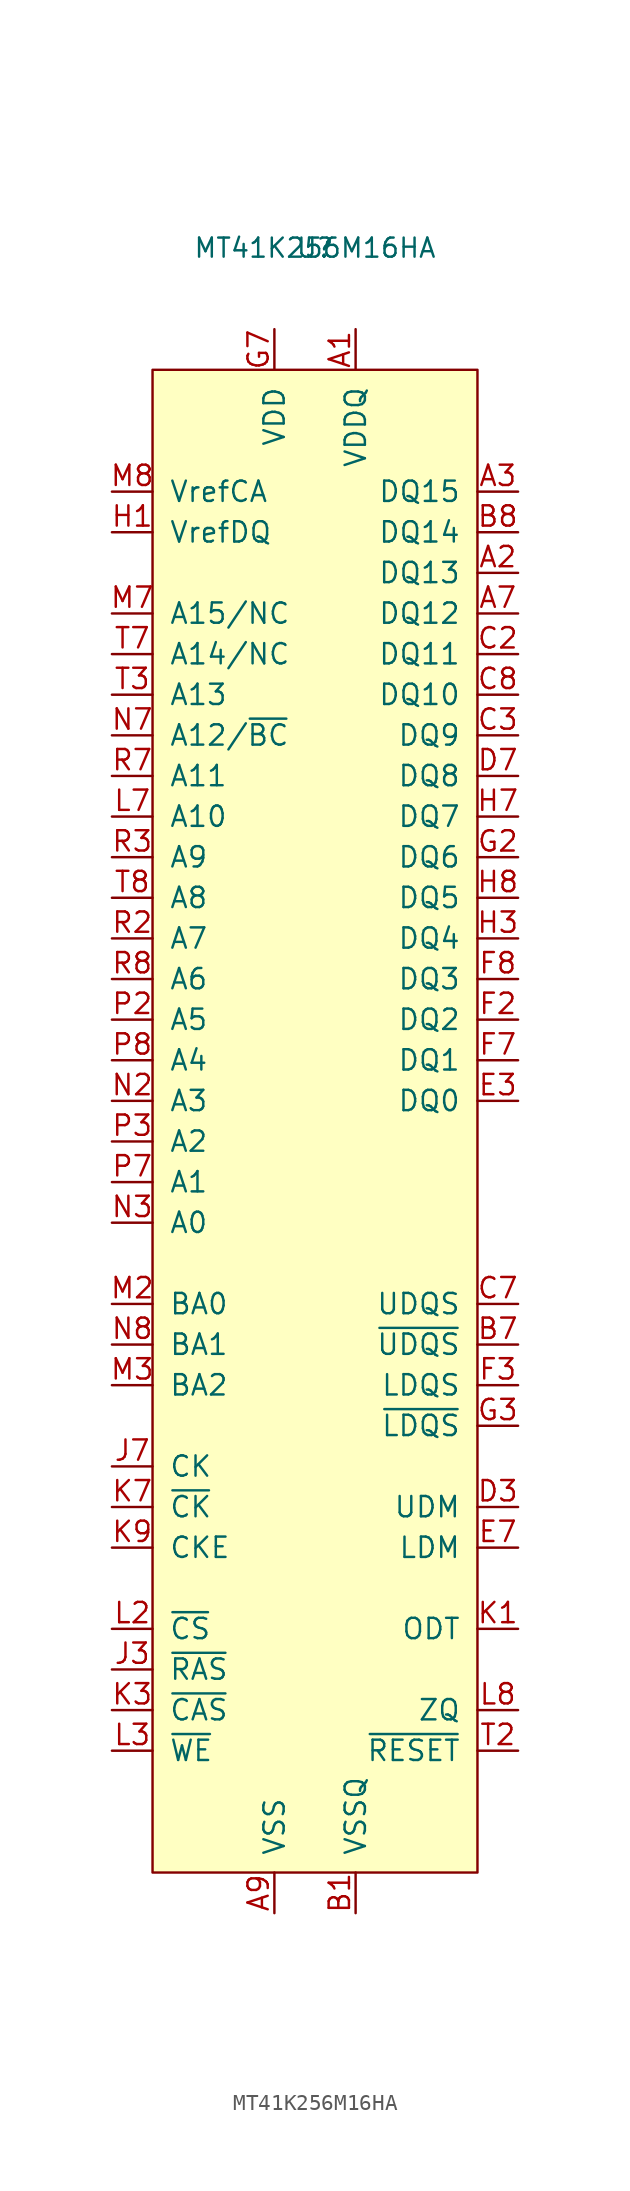
<source format=kicad_sym>
(kicad_symbol_lib
  (version 20220914)
  (generator kicad_symbol_editor)
  (symbol "MT41K256M16HA"
    (pin_names
      (offset 1.016))
    (property "Reference" "U"
      (at 0 5.08 0)
      (effects (font (size 1.194 1.194))))
    (property "Value" "MT41K256M16HA"
      (at 0 5.08 0)
      (effects (font (size 1.194 1.194))))
    (symbol "MT41K256M16HA_0_1"
      (rectangle (start -10.16 -2.54) (end 10.16 -96.52) (stroke (width 0) (type default)) (fill (type background))))
    (symbol "MT41K256M16HA_1_1"
      (pin power_in line (at 2.54 0 270) (length 2.54) (name "VDDQ" (effects (font (size 1.27 1.27)))) (number "A1" (effects (font (size 1.27 1.27)))))
      (pin bidirectional line (at 12.7 -15.24 180) (length 2.54) (name "DQ13" (effects (font (size 1.27 1.27)))) (number "A2" (effects (font (size 1.27 1.27)))))
      (pin bidirectional line (at 12.7 -10.16 180) (length 2.54) (name "DQ15" (effects (font (size 1.27 1.27)))) (number "A3" (effects (font (size 1.27 1.27)))))
      (pin bidirectional line (at 12.7 -17.78 180) (length 2.54) (name "DQ12" (effects (font (size 1.27 1.27)))) (number "A7" (effects (font (size 1.27 1.27)))))
      (pin power_in line (at 2.54 0 270) (length 2.54) hide (name "VDDQ" (effects (font (size 1.27 1.27)))) (number "A8" (effects (font (size 1.27 1.27)))))
      (pin power_in line (at -2.54 -99.06 90) (length 2.54) (name "VSS" (effects (font (size 1.27 1.27)))) (number "A9" (effects (font (size 1.27 1.27)))))
      (pin power_in line (at 2.54 -99.06 90) (length 2.54) (name "VSSQ" (effects (font (size 1.27 1.27)))) (number "B1" (effects (font (size 1.27 1.27)))))
      (pin power_in line (at -2.54 0 270) (length 2.54) hide (name "VDD" (effects (font (size 1.27 1.27)))) (number "B2" (effects (font (size 1.27 1.27)))))
      (pin power_in line (at -2.54 -99.06 90) (length 2.54) hide (name "VSS" (effects (font (size 1.27 1.27)))) (number "B3" (effects (font (size 1.27 1.27)))))
      (pin input line (at 12.7 -63.5 180) (length 2.54) (name "~{UDQS}" (effects (font (size 1.27 1.27)))) (number "B7" (effects (font (size 1.27 1.27)))))
      (pin bidirectional line (at 12.7 -12.7 180) (length 2.54) (name "DQ14" (effects (font (size 1.27 1.27)))) (number "B8" (effects (font (size 1.27 1.27)))))
      (pin power_in line (at 2.54 -99.06 90) (length 2.54) hide (name "VSSQ" (effects (font (size 1.27 1.27)))) (number "B9" (effects (font (size 1.27 1.27)))))
      (pin power_in line (at 2.54 0 270) (length 2.54) hide (name "VDDQ" (effects (font (size 1.27 1.27)))) (number "C1" (effects (font (size 1.27 1.27)))))
      (pin bidirectional line (at 12.7 -20.32 180) (length 2.54) (name "DQ11" (effects (font (size 1.27 1.27)))) (number "C2" (effects (font (size 1.27 1.27)))))
      (pin bidirectional line (at 12.7 -25.4 180) (length 2.54) (name "DQ9" (effects (font (size 1.27 1.27)))) (number "C3" (effects (font (size 1.27 1.27)))))
      (pin bidirectional line (at 12.7 -60.96 180) (length 2.54) (name "UDQS" (effects (font (size 1.27 1.27)))) (number "C7" (effects (font (size 1.27 1.27)))))
      (pin bidirectional line (at 12.7 -22.86 180) (length 2.54) (name "DQ10" (effects (font (size 1.27 1.27)))) (number "C8" (effects (font (size 1.27 1.27)))))
      (pin power_in line (at 2.54 0 270) (length 2.54) hide (name "VDDQ" (effects (font (size 1.27 1.27)))) (number "C9" (effects (font (size 1.27 1.27)))))
      (pin power_in line (at 2.54 -99.06 90) (length 2.54) hide (name "VSSQ" (effects (font (size 1.27 1.27)))) (number "D1" (effects (font (size 1.27 1.27)))))
      (pin power_in line (at 2.54 0 270) (length 2.54) hide (name "VDDQ" (effects (font (size 1.27 1.27)))) (number "D2" (effects (font (size 1.27 1.27)))))
      (pin input line (at 12.7 -73.66 180) (length 2.54) (name "UDM" (effects (font (size 1.27 1.27)))) (number "D3" (effects (font (size 1.27 1.27)))))
      (pin bidirectional line (at 12.7 -27.94 180) (length 2.54) (name "DQ8" (effects (font (size 1.27 1.27)))) (number "D7" (effects (font (size 1.27 1.27)))))
      (pin power_in line (at 2.54 -99.06 90) (length 2.54) hide (name "VSSQ" (effects (font (size 1.27 1.27)))) (number "D8" (effects (font (size 1.27 1.27)))))
      (pin power_in line (at -2.54 0 270) (length 2.54) hide (name "VDD" (effects (font (size 1.27 1.27)))) (number "D9" (effects (font (size 1.27 1.27)))))
      (pin power_in line (at -2.54 -99.06 90) (length 2.54) hide (name "VSS" (effects (font (size 1.27 1.27)))) (number "E1" (effects (font (size 1.27 1.27)))))
      (pin power_in line (at 2.54 -99.06 90) (length 2.54) hide (name "VSSQ" (effects (font (size 1.27 1.27)))) (number "E2" (effects (font (size 1.27 1.27)))))
      (pin bidirectional line (at 12.7 -48.26 180) (length 2.54) (name "DQ0" (effects (font (size 1.27 1.27)))) (number "E3" (effects (font (size 1.27 1.27)))))
      (pin input line (at 12.7 -76.2 180) (length 2.54) (name "LDM" (effects (font (size 1.27 1.27)))) (number "E7" (effects (font (size 1.27 1.27)))))
      (pin power_in line (at 2.54 -99.06 90) (length 2.54) hide (name "VSSQ" (effects (font (size 1.27 1.27)))) (number "E8" (effects (font (size 1.27 1.27)))))
      (pin power_in line (at 2.54 0 270) (length 2.54) hide (name "VDDQ" (effects (font (size 1.27 1.27)))) (number "E9" (effects (font (size 1.27 1.27)))))
      (pin power_in line (at 2.54 0 270) (length 2.54) hide (name "VDDQ" (effects (font (size 1.27 1.27)))) (number "F1" (effects (font (size 1.27 1.27)))))
      (pin bidirectional line (at 12.7 -43.18 180) (length 2.54) (name "DQ2" (effects (font (size 1.27 1.27)))) (number "F2" (effects (font (size 1.27 1.27)))))
      (pin input line (at 12.7 -66.04 180) (length 2.54) (name "LDQS" (effects (font (size 1.27 1.27)))) (number "F3" (effects (font (size 1.27 1.27)))))
      (pin bidirectional line (at 12.7 -45.72 180) (length 2.54) (name "DQ1" (effects (font (size 1.27 1.27)))) (number "F7" (effects (font (size 1.27 1.27)))))
      (pin bidirectional line (at 12.7 -40.64 180) (length 2.54) (name "DQ3" (effects (font (size 1.27 1.27)))) (number "F8" (effects (font (size 1.27 1.27)))))
      (pin power_in line (at 2.54 -99.06 90) (length 2.54) hide (name "VSSQ" (effects (font (size 1.27 1.27)))) (number "F9" (effects (font (size 1.27 1.27)))))
      (pin power_in line (at 2.54 -99.06 90) (length 2.54) hide (name "VSSQ" (effects (font (size 1.27 1.27)))) (number "G1" (effects (font (size 1.27 1.27)))))
      (pin bidirectional line (at 12.7 -33.02 180) (length 2.54) (name "DQ6" (effects (font (size 1.27 1.27)))) (number "G2" (effects (font (size 1.27 1.27)))))
      (pin input line (at 12.7 -68.58 180) (length 2.54) (name "~{LDQS}" (effects (font (size 1.27 1.27)))) (number "G3" (effects (font (size 1.27 1.27)))))
      (pin power_in line (at -2.54 0 270) (length 2.54) (name "VDD" (effects (font (size 1.27 1.27)))) (number "G7" (effects (font (size 1.27 1.27)))))
      (pin power_in line (at -2.54 -99.06 90) (length 2.54) hide (name "VSS" (effects (font (size 1.27 1.27)))) (number "G8" (effects (font (size 1.27 1.27)))))
      (pin power_in line (at 2.54 -99.06 90) (length 2.54) hide (name "VSSQ" (effects (font (size 1.27 1.27)))) (number "G9" (effects (font (size 1.27 1.27)))))
      (pin power_in line (at -12.7 -12.7 0) (length 2.54) (name "VrefDQ" (effects (font (size 1.27 1.27)))) (number "H1" (effects (font (size 1.27 1.27)))))
      (pin power_in line (at 2.54 0 270) (length 2.54) hide (name "VDDQ" (effects (font (size 1.27 1.27)))) (number "H2" (effects (font (size 1.27 1.27)))))
      (pin bidirectional line (at 12.7 -38.1 180) (length 2.54) (name "DQ4" (effects (font (size 1.27 1.27)))) (number "H3" (effects (font (size 1.27 1.27)))))
      (pin bidirectional line (at 12.7 -30.48 180) (length 2.54) (name "DQ7" (effects (font (size 1.27 1.27)))) (number "H7" (effects (font (size 1.27 1.27)))))
      (pin bidirectional line (at 12.7 -35.56 180) (length 2.54) (name "DQ5" (effects (font (size 1.27 1.27)))) (number "H8" (effects (font (size 1.27 1.27)))))
      (pin power_in line (at 2.54 0 270) (length 2.54) hide (name "VDDQ" (effects (font (size 1.27 1.27)))) (number "H9" (effects (font (size 1.27 1.27)))))
      (pin power_in line (at -2.54 -99.06 90) (length 2.54) hide (name "VSS" (effects (font (size 1.27 1.27)))) (number "J1" (effects (font (size 1.27 1.27)))))
      (pin power_in line (at -2.54 -99.06 90) (length 2.54) hide (name "VSS" (effects (font (size 1.27 1.27)))) (number "J2" (effects (font (size 1.27 1.27)))))
      (pin input line (at -12.7 -83.82 0) (length 2.54) (name "~{RAS}" (effects (font (size 1.27 1.27)))) (number "J3" (effects (font (size 1.27 1.27)))))
      (pin input line (at -12.7 -71.12 0) (length 2.54) (name "CK" (effects (font (size 1.27 1.27)))) (number "J7" (effects (font (size 1.27 1.27)))))
      (pin power_in line (at -2.54 -99.06 90) (length 2.54) hide (name "VSS" (effects (font (size 1.27 1.27)))) (number "J8" (effects (font (size 1.27 1.27)))))
      (pin power_in line (at -2.54 -99.06 90) (length 2.54) hide (name "VSS" (effects (font (size 1.27 1.27)))) (number "J9" (effects (font (size 1.27 1.27)))))
      (pin input line (at 12.7 -81.28 180) (length 2.54) (name "ODT" (effects (font (size 1.27 1.27)))) (number "K1" (effects (font (size 1.27 1.27)))))
      (pin power_in line (at -2.54 0 270) (length 2.54) hide (name "VDD" (effects (font (size 1.27 1.27)))) (number "K2" (effects (font (size 1.27 1.27)))))
      (pin input line (at -12.7 -86.36 0) (length 2.54) (name "~{CAS}" (effects (font (size 1.27 1.27)))) (number "K3" (effects (font (size 1.27 1.27)))))
      (pin input line (at -12.7 -73.66 0) (length 2.54) (name "~{CK}" (effects (font (size 1.27 1.27)))) (number "K7" (effects (font (size 1.27 1.27)))))
      (pin power_in line (at -2.54 0 270) (length 2.54) hide (name "VDD" (effects (font (size 1.27 1.27)))) (number "K8" (effects (font (size 1.27 1.27)))))
      (pin input line (at -12.7 -76.2 0) (length 2.54) (name "CKE" (effects (font (size 1.27 1.27)))) (number "K9" (effects (font (size 1.27 1.27)))))
      (pin power_in line (at -2.54 -99.06 90) (length 2.54) hide (name "VSS" (effects (font (size 1.27 1.27)))) (number "L1" (effects (font (size 1.27 1.27)))))
      (pin input line (at -12.7 -81.28 0) (length 2.54) (name "~{CS}" (effects (font (size 1.27 1.27)))) (number "L2" (effects (font (size 1.27 1.27)))))
      (pin input line (at -12.7 -88.9 0) (length 2.54) (name "~{WE}" (effects (font (size 1.27 1.27)))) (number "L3" (effects (font (size 1.27 1.27)))))
      (pin input line (at -12.7 -30.48 0) (length 2.54) (name "A10" (effects (font (size 1.27 1.27)))) (number "L7" (effects (font (size 1.27 1.27)))))
      (pin input line (at 12.7 -86.36 180) (length 2.54) (name "ZQ" (effects (font (size 1.27 1.27)))) (number "L8" (effects (font (size 1.27 1.27)))))
      (pin power_in line (at -2.54 -99.06 90) (length 2.54) hide (name "VSS" (effects (font (size 1.27 1.27)))) (number "L9" (effects (font (size 1.27 1.27)))))
      (pin power_in line (at -2.54 -99.06 90) (length 2.54) hide (name "VSS" (effects (font (size 1.27 1.27)))) (number "M1" (effects (font (size 1.27 1.27)))))
      (pin input line (at -12.7 -60.96 0) (length 2.54) (name "BA0" (effects (font (size 1.27 1.27)))) (number "M2" (effects (font (size 1.27 1.27)))))
      (pin input line (at -12.7 -66.04 0) (length 2.54) (name "BA2" (effects (font (size 1.27 1.27)))) (number "M3" (effects (font (size 1.27 1.27)))))
      (pin input line (at -12.7 -17.78 0) (length 2.54) (name "A15/NC" (effects (font (size 1.27 1.27)))) (number "M7" (effects (font (size 1.27 1.27)))))
      (pin power_in line (at -12.7 -10.16 0) (length 2.54) (name "VrefCA" (effects (font (size 1.27 1.27)))) (number "M8" (effects (font (size 1.27 1.27)))))
      (pin power_in line (at -2.54 -99.06 90) (length 2.54) hide (name "VSS" (effects (font (size 1.27 1.27)))) (number "M9" (effects (font (size 1.27 1.27)))))
      (pin power_in line (at -2.54 0 270) (length 2.54) hide (name "VDD" (effects (font (size 1.27 1.27)))) (number "N1" (effects (font (size 1.27 1.27)))))
      (pin input line (at -12.7 -48.26 0) (length 2.54) (name "A3" (effects (font (size 1.27 1.27)))) (number "N2" (effects (font (size 1.27 1.27)))))
      (pin input line (at -12.7 -55.88 0) (length 2.54) (name "A0" (effects (font (size 1.27 1.27)))) (number "N3" (effects (font (size 1.27 1.27)))))
      (pin input line (at -12.7 -25.4 0) (length 2.54) (name "A12/~{BC}" (effects (font (size 1.27 1.27)))) (number "N7" (effects (font (size 1.27 1.27)))))
      (pin input line (at -12.7 -63.5 0) (length 2.54) (name "BA1" (effects (font (size 1.27 1.27)))) (number "N8" (effects (font (size 1.27 1.27)))))
      (pin power_in line (at -2.54 0 270) (length 2.54) hide (name "VDD" (effects (font (size 1.27 1.27)))) (number "N9" (effects (font (size 1.27 1.27)))))
      (pin power_in line (at -2.54 -99.06 90) (length 2.54) hide (name "VSS" (effects (font (size 1.27 1.27)))) (number "P1" (effects (font (size 1.27 1.27)))))
      (pin input line (at -12.7 -43.18 0) (length 2.54) (name "A5" (effects (font (size 1.27 1.27)))) (number "P2" (effects (font (size 1.27 1.27)))))
      (pin input line (at -12.7 -50.8 0) (length 2.54) (name "A2" (effects (font (size 1.27 1.27)))) (number "P3" (effects (font (size 1.27 1.27)))))
      (pin input line (at -12.7 -53.34 0) (length 2.54) (name "A1" (effects (font (size 1.27 1.27)))) (number "P7" (effects (font (size 1.27 1.27)))))
      (pin input line (at -12.7 -45.72 0) (length 2.54) (name "A4" (effects (font (size 1.27 1.27)))) (number "P8" (effects (font (size 1.27 1.27)))))
      (pin power_in line (at -2.54 -99.06 90) (length 2.54) hide (name "VSS" (effects (font (size 1.27 1.27)))) (number "P9" (effects (font (size 1.27 1.27)))))
      (pin power_in line (at -2.54 0 270) (length 2.54) hide (name "VDD" (effects (font (size 1.27 1.27)))) (number "R1" (effects (font (size 1.27 1.27)))))
      (pin input line (at -12.7 -38.1 0) (length 2.54) (name "A7" (effects (font (size 1.27 1.27)))) (number "R2" (effects (font (size 1.27 1.27)))))
      (pin input line (at -12.7 -33.02 0) (length 2.54) (name "A9" (effects (font (size 1.27 1.27)))) (number "R3" (effects (font (size 1.27 1.27)))))
      (pin input line (at -12.7 -27.94 0) (length 2.54) (name "A11" (effects (font (size 1.27 1.27)))) (number "R7" (effects (font (size 1.27 1.27)))))
      (pin input line (at -12.7 -40.64 0) (length 2.54) (name "A6" (effects (font (size 1.27 1.27)))) (number "R8" (effects (font (size 1.27 1.27)))))
      (pin power_in line (at -2.54 0 270) (length 2.54) hide (name "VDD" (effects (font (size 1.27 1.27)))) (number "R9" (effects (font (size 1.27 1.27)))))
      (pin power_in line (at -2.54 -99.06 90) (length 2.54) hide (name "VSS" (effects (font (size 1.27 1.27)))) (number "T1" (effects (font (size 1.27 1.27)))))
      (pin input line (at 12.7 -88.9 180) (length 2.54) (name "~{RESET}" (effects (font (size 1.27 1.27)))) (number "T2" (effects (font (size 1.27 1.27)))))
      (pin input line (at -12.7 -22.86 0) (length 2.54) (name "A13" (effects (font (size 1.27 1.27)))) (number "T3" (effects (font (size 1.27 1.27)))))
      (pin input line (at -12.7 -20.32 0) (length 2.54) (name "A14/NC" (effects (font (size 1.27 1.27)))) (number "T7" (effects (font (size 1.27 1.27)))))
      (pin input line (at -12.7 -35.56 0) (length 2.54) (name "A8" (effects (font (size 1.27 1.27)))) (number "T8" (effects (font (size 1.27 1.27)))))
      (pin power_in line (at -2.54 -99.06 90) (length 2.54) hide (name "VSS" (effects (font (size 1.27 1.27)))) (number "T9" (effects (font (size 1.27 1.27))))))))
</source>
